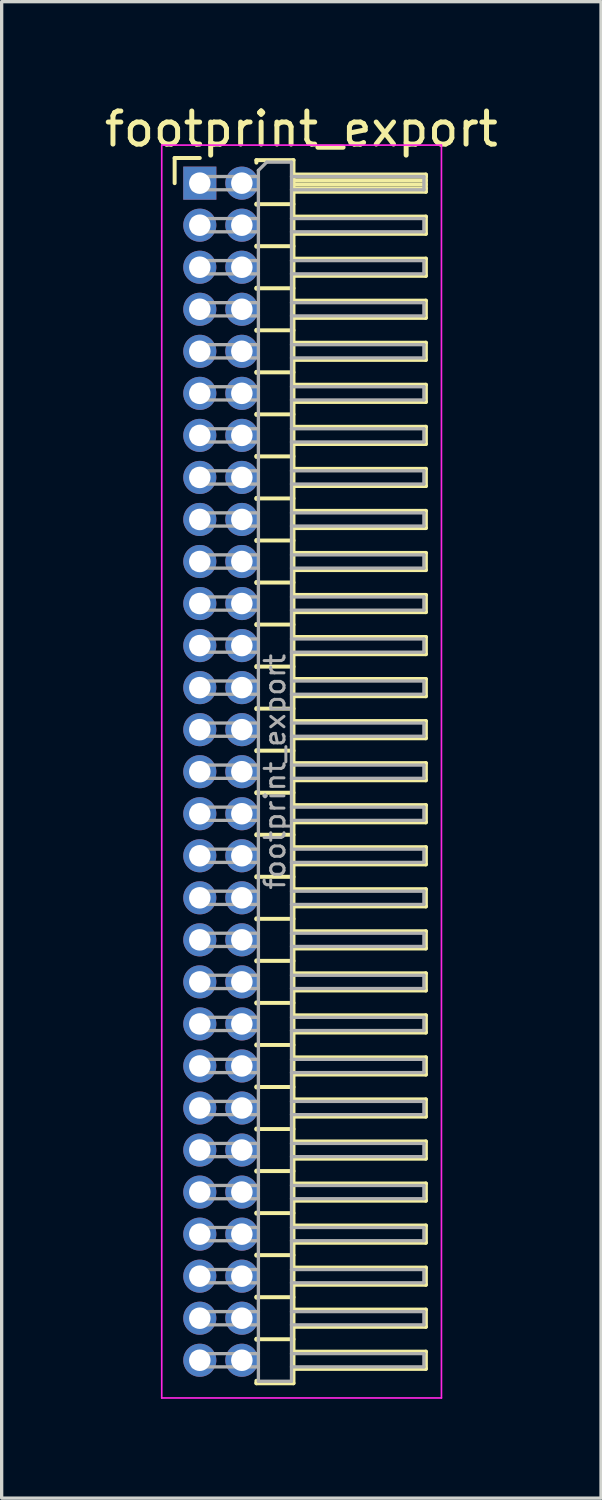
<source format=kicad_pcb>
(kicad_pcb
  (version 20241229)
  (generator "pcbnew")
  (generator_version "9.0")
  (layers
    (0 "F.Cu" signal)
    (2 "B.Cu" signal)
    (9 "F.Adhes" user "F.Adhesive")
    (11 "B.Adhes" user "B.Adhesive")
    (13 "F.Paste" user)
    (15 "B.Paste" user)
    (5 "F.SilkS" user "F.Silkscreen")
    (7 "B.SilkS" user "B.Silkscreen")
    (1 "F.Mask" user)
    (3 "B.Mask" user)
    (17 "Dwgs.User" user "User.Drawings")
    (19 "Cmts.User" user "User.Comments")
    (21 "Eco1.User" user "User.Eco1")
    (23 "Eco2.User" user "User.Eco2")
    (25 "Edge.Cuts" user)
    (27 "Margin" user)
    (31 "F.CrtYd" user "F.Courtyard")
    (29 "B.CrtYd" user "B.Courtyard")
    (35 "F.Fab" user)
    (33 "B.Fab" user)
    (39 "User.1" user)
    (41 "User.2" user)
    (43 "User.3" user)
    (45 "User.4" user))
  (footprint "footprint_export"
    (layer "F.Cu")
    (at 2.986 2.483)
    (property "Reference" "footprint_export" (at 3.067 -1.635 0) (layer "F.SilkS") (effects (font (size 1 1) (thickness 0.15))))
    (attr through_hole)
    (fp_line (start -0.76 -0.76) (end 0 -0.76) (stroke (width 0.12) (type solid)) (layer "F.SilkS"))
    (fp_line (start -0.76 0) (end -0.76 -0.76) (stroke (width 0.12) (type solid)) (layer "F.SilkS"))
    (fp_line (start 1.71 -0.695) (end 2.83 -0.695) (stroke (width 0.12) (type solid)) (layer "F.SilkS"))
    (fp_line (start 1.71 -0.62) (end 1.71 -0.695) (stroke (width 0.12) (type solid)) (layer "F.SilkS"))
    (fp_line (start 1.71 0.62) (end 1.71 0.65) (stroke (width 0.12) (type solid)) (layer "F.SilkS"))
    (fp_line (start 1.71 0.635) (end 2.83 0.635) (stroke (width 0.12) (type solid)) (layer "F.SilkS"))
    (fp_line (start 1.71 1.89) (end 1.71 1.92) (stroke (width 0.12) (type solid)) (layer "F.SilkS"))
    (fp_line (start 1.71 1.905) (end 2.83 1.905) (stroke (width 0.12) (type solid)) (layer "F.SilkS"))
    (fp_line (start 1.71 3.16) (end 1.71 3.19) (stroke (width 0.12) (type solid)) (layer "F.SilkS"))
    (fp_line (start 1.71 3.175) (end 2.83 3.175) (stroke (width 0.12) (type solid)) (layer "F.SilkS"))
    (fp_line (start 1.71 4.43) (end 1.71 4.46) (stroke (width 0.12) (type solid)) (layer "F.SilkS"))
    (fp_line (start 1.71 4.445) (end 2.83 4.445) (stroke (width 0.12) (type solid)) (layer "F.SilkS"))
    (fp_line (start 1.71 5.7) (end 1.71 5.73) (stroke (width 0.12) (type solid)) (layer "F.SilkS"))
    (fp_line (start 1.71 5.715) (end 2.83 5.715) (stroke (width 0.12) (type solid)) (layer "F.SilkS"))
    (fp_line (start 1.71 6.97) (end 1.71 7) (stroke (width 0.12) (type solid)) (layer "F.SilkS"))
    (fp_line (start 1.71 6.985) (end 2.83 6.985) (stroke (width 0.12) (type solid)) (layer "F.SilkS"))
    (fp_line (start 1.71 8.24) (end 1.71 8.27) (stroke (width 0.12) (type solid)) (layer "F.SilkS"))
    (fp_line (start 1.71 8.255) (end 2.83 8.255) (stroke (width 0.12) (type solid)) (layer "F.SilkS"))
    (fp_line (start 1.71 9.51) (end 1.71 9.54) (stroke (width 0.12) (type solid)) (layer "F.SilkS"))
    (fp_line (start 1.71 9.525) (end 2.83 9.525) (stroke (width 0.12) (type solid)) (layer "F.SilkS"))
    (fp_line (start 1.71 10.78) (end 1.71 10.81) (stroke (width 0.12) (type solid)) (layer "F.SilkS"))
    (fp_line (start 1.71 10.795) (end 2.83 10.795) (stroke (width 0.12) (type solid)) (layer "F.SilkS"))
    (fp_line (start 1.71 12.05) (end 1.71 12.08) (stroke (width 0.12) (type solid)) (layer "F.SilkS"))
    (fp_line (start 1.71 12.065) (end 2.83 12.065) (stroke (width 0.12) (type solid)) (layer "F.SilkS"))
    (fp_line (start 1.71 13.32) (end 1.71 13.35) (stroke (width 0.12) (type solid)) (layer "F.SilkS"))
    (fp_line (start 1.71 13.335) (end 2.83 13.335) (stroke (width 0.12) (type solid)) (layer "F.SilkS"))
    (fp_line (start 1.71 14.59) (end 1.71 14.62) (stroke (width 0.12) (type solid)) (layer "F.SilkS"))
    (fp_line (start 1.71 14.605) (end 2.83 14.605) (stroke (width 0.12) (type solid)) (layer "F.SilkS"))
    (fp_line (start 1.71 15.86) (end 1.71 15.89) (stroke (width 0.12) (type solid)) (layer "F.SilkS"))
    (fp_line (start 1.71 15.875) (end 2.83 15.875) (stroke (width 0.12) (type solid)) (layer "F.SilkS"))
    (fp_line (start 1.71 17.13) (end 1.71 17.16) (stroke (width 0.12) (type solid)) (layer "F.SilkS"))
    (fp_line (start 1.71 17.145) (end 2.83 17.145) (stroke (width 0.12) (type solid)) (layer "F.SilkS"))
    (fp_line (start 1.71 18.4) (end 1.71 18.43) (stroke (width 0.12) (type solid)) (layer "F.SilkS"))
    (fp_line (start 1.71 18.415) (end 2.83 18.415) (stroke (width 0.12) (type solid)) (layer "F.SilkS"))
    (fp_line (start 1.71 19.67) (end 1.71 19.7) (stroke (width 0.12) (type solid)) (layer "F.SilkS"))
    (fp_line (start 1.71 19.685) (end 2.83 19.685) (stroke (width 0.12) (type solid)) (layer "F.SilkS"))
    (fp_line (start 1.71 20.94) (end 1.71 20.97) (stroke (width 0.12) (type solid)) (layer "F.SilkS"))
    (fp_line (start 1.71 20.955) (end 2.83 20.955) (stroke (width 0.12) (type solid)) (layer "F.SilkS"))
    (fp_line (start 1.71 22.21) (end 1.71 22.24) (stroke (width 0.12) (type solid)) (layer "F.SilkS"))
    (fp_line (start 1.71 22.225) (end 2.83 22.225) (stroke (width 0.12) (type solid)) (layer "F.SilkS"))
    (fp_line (start 1.71 23.48) (end 1.71 23.51) (stroke (width 0.12) (type solid)) (layer "F.SilkS"))
    (fp_line (start 1.71 23.495) (end 2.83 23.495) (stroke (width 0.12) (type solid)) (layer "F.SilkS"))
    (fp_line (start 1.71 24.75) (end 1.71 24.78) (stroke (width 0.12) (type solid)) (layer "F.SilkS"))
    (fp_line (start 1.71 24.765) (end 2.83 24.765) (stroke (width 0.12) (type solid)) (layer "F.SilkS"))
    (fp_line (start 1.71 26.02) (end 1.71 26.05) (stroke (width 0.12) (type solid)) (layer "F.SilkS"))
    (fp_line (start 1.71 26.035) (end 2.83 26.035) (stroke (width 0.12) (type solid)) (layer "F.SilkS"))
    (fp_line (start 1.71 27.29) (end 1.71 27.32) (stroke (width 0.12) (type solid)) (layer "F.SilkS"))
    (fp_line (start 1.71 27.305) (end 2.83 27.305) (stroke (width 0.12) (type solid)) (layer "F.SilkS"))
    (fp_line (start 1.71 28.56) (end 1.71 28.59) (stroke (width 0.12) (type solid)) (layer "F.SilkS"))
    (fp_line (start 1.71 28.575) (end 2.83 28.575) (stroke (width 0.12) (type solid)) (layer "F.SilkS"))
    (fp_line (start 1.71 29.83) (end 1.71 29.86) (stroke (width 0.12) (type solid)) (layer "F.SilkS"))
    (fp_line (start 1.71 29.845) (end 2.83 29.845) (stroke (width 0.12) (type solid)) (layer "F.SilkS"))
    (fp_line (start 1.71 31.1) (end 1.71 31.13) (stroke (width 0.12) (type solid)) (layer "F.SilkS"))
    (fp_line (start 1.71 31.115) (end 2.83 31.115) (stroke (width 0.12) (type solid)) (layer "F.SilkS"))
    (fp_line (start 1.71 32.37) (end 1.71 32.4) (stroke (width 0.12) (type solid)) (layer "F.SilkS"))
    (fp_line (start 1.71 32.385) (end 2.83 32.385) (stroke (width 0.12) (type solid)) (layer "F.SilkS"))
    (fp_line (start 1.71 33.64) (end 1.71 33.67) (stroke (width 0.12) (type solid)) (layer "F.SilkS"))
    (fp_line (start 1.71 33.655) (end 2.83 33.655) (stroke (width 0.12) (type solid)) (layer "F.SilkS"))
    (fp_line (start 1.71 34.91) (end 1.71 34.94) (stroke (width 0.12) (type solid)) (layer "F.SilkS"))
    (fp_line (start 1.71 34.925) (end 2.83 34.925) (stroke (width 0.12) (type solid)) (layer "F.SilkS"))
    (fp_line (start 1.71 36.255) (end 1.71 36.18) (stroke (width 0.12) (type solid)) (layer "F.SilkS"))
    (fp_line (start 2.83 -0.695) (end 2.83 36.255) (stroke (width 0.12) (type solid)) (layer "F.SilkS"))
    (fp_line (start 2.83 -0.26) (end 6.83 -0.26) (stroke (width 0.12) (type solid)) (layer "F.SilkS"))
    (fp_line (start 2.83 -0.2) (end 6.83 -0.2) (stroke (width 0.12) (type solid)) (layer "F.SilkS"))
    (fp_line (start 2.83 -0.08) (end 6.83 -0.08) (stroke (width 0.12) (type solid)) (layer "F.SilkS"))
    (fp_line (start 2.83 0.04) (end 6.83 0.04) (stroke (width 0.12) (type solid)) (layer "F.SilkS"))
    (fp_line (start 2.83 0.16) (end 6.83 0.16) (stroke (width 0.12) (type solid)) (layer "F.SilkS"))
    (fp_line (start 2.83 1.01) (end 6.83 1.01) (stroke (width 0.12) (type solid)) (layer "F.SilkS"))
    (fp_line (start 2.83 2.28) (end 6.83 2.28) (stroke (width 0.12) (type solid)) (layer "F.SilkS"))
    (fp_line (start 2.83 3.55) (end 6.83 3.55) (stroke (width 0.12) (type solid)) (layer "F.SilkS"))
    (fp_line (start 2.83 4.82) (end 6.83 4.82) (stroke (width 0.12) (type solid)) (layer "F.SilkS"))
    (fp_line (start 2.83 6.09) (end 6.83 6.09) (stroke (width 0.12) (type solid)) (layer "F.SilkS"))
    (fp_line (start 2.83 7.36) (end 6.83 7.36) (stroke (width 0.12) (type solid)) (layer "F.SilkS"))
    (fp_line (start 2.83 8.63) (end 6.83 8.63) (stroke (width 0.12) (type solid)) (layer "F.SilkS"))
    (fp_line (start 2.83 9.9) (end 6.83 9.9) (stroke (width 0.12) (type solid)) (layer "F.SilkS"))
    (fp_line (start 2.83 11.17) (end 6.83 11.17) (stroke (width 0.12) (type solid)) (layer "F.SilkS"))
    (fp_line (start 2.83 12.44) (end 6.83 12.44) (stroke (width 0.12) (type solid)) (layer "F.SilkS"))
    (fp_line (start 2.83 13.71) (end 6.83 13.71) (stroke (width 0.12) (type solid)) (layer "F.SilkS"))
    (fp_line (start 2.83 14.98) (end 6.83 14.98) (stroke (width 0.12) (type solid)) (layer "F.SilkS"))
    (fp_line (start 2.83 16.25) (end 6.83 16.25) (stroke (width 0.12) (type solid)) (layer "F.SilkS"))
    (fp_line (start 2.83 17.52) (end 6.83 17.52) (stroke (width 0.12) (type solid)) (layer "F.SilkS"))
    (fp_line (start 2.83 18.79) (end 6.83 18.79) (stroke (width 0.12) (type solid)) (layer "F.SilkS"))
    (fp_line (start 2.83 20.06) (end 6.83 20.06) (stroke (width 0.12) (type solid)) (layer "F.SilkS"))
    (fp_line (start 2.83 21.33) (end 6.83 21.33) (stroke (width 0.12) (type solid)) (layer "F.SilkS"))
    (fp_line (start 2.83 22.6) (end 6.83 22.6) (stroke (width 0.12) (type solid)) (layer "F.SilkS"))
    (fp_line (start 2.83 23.87) (end 6.83 23.87) (stroke (width 0.12) (type solid)) (layer "F.SilkS"))
    (fp_line (start 2.83 25.14) (end 6.83 25.14) (stroke (width 0.12) (type solid)) (layer "F.SilkS"))
    (fp_line (start 2.83 26.41) (end 6.83 26.41) (stroke (width 0.12) (type solid)) (layer "F.SilkS"))
    (fp_line (start 2.83 27.68) (end 6.83 27.68) (stroke (width 0.12) (type solid)) (layer "F.SilkS"))
    (fp_line (start 2.83 28.95) (end 6.83 28.95) (stroke (width 0.12) (type solid)) (layer "F.SilkS"))
    (fp_line (start 2.83 30.22) (end 6.83 30.22) (stroke (width 0.12) (type solid)) (layer "F.SilkS"))
    (fp_line (start 2.83 31.49) (end 6.83 31.49) (stroke (width 0.12) (type solid)) (layer "F.SilkS"))
    (fp_line (start 2.83 32.76) (end 6.83 32.76) (stroke (width 0.12) (type solid)) (layer "F.SilkS"))
    (fp_line (start 2.83 34.03) (end 6.83 34.03) (stroke (width 0.12) (type solid)) (layer "F.SilkS"))
    (fp_line (start 2.83 35.3) (end 6.83 35.3) (stroke (width 0.12) (type solid)) (layer "F.SilkS"))
    (fp_line (start 2.83 36.255) (end 1.71 36.255) (stroke (width 0.12) (type solid)) (layer "F.SilkS"))
    (fp_line (start 6.83 -0.26) (end 6.83 0.26) (stroke (width 0.12) (type solid)) (layer "F.SilkS"))
    (fp_line (start 6.83 0.26) (end 2.83 0.26) (stroke (width 0.12) (type solid)) (layer "F.SilkS"))
    (fp_line (start 6.83 1.01) (end 6.83 1.53) (stroke (width 0.12) (type solid)) (layer "F.SilkS"))
    (fp_line (start 6.83 1.53) (end 2.83 1.53) (stroke (width 0.12) (type solid)) (layer "F.SilkS"))
    (fp_line (start 6.83 2.28) (end 6.83 2.8) (stroke (width 0.12) (type solid)) (layer "F.SilkS"))
    (fp_line (start 6.83 2.8) (end 2.83 2.8) (stroke (width 0.12) (type solid)) (layer "F.SilkS"))
    (fp_line (start 6.83 3.55) (end 6.83 4.07) (stroke (width 0.12) (type solid)) (layer "F.SilkS"))
    (fp_line (start 6.83 4.07) (end 2.83 4.07) (stroke (width 0.12) (type solid)) (layer "F.SilkS"))
    (fp_line (start 6.83 4.82) (end 6.83 5.34) (stroke (width 0.12) (type solid)) (layer "F.SilkS"))
    (fp_line (start 6.83 5.34) (end 2.83 5.34) (stroke (width 0.12) (type solid)) (layer "F.SilkS"))
    (fp_line (start 6.83 6.09) (end 6.83 6.61) (stroke (width 0.12) (type solid)) (layer "F.SilkS"))
    (fp_line (start 6.83 6.61) (end 2.83 6.61) (stroke (width 0.12) (type solid)) (layer "F.SilkS"))
    (fp_line (start 6.83 7.36) (end 6.83 7.88) (stroke (width 0.12) (type solid)) (layer "F.SilkS"))
    (fp_line (start 6.83 7.88) (end 2.83 7.88) (stroke (width 0.12) (type solid)) (layer "F.SilkS"))
    (fp_line (start 6.83 8.63) (end 6.83 9.15) (stroke (width 0.12) (type solid)) (layer "F.SilkS"))
    (fp_line (start 6.83 9.15) (end 2.83 9.15) (stroke (width 0.12) (type solid)) (layer "F.SilkS"))
    (fp_line (start 6.83 9.9) (end 6.83 10.42) (stroke (width 0.12) (type solid)) (layer "F.SilkS"))
    (fp_line (start 6.83 10.42) (end 2.83 10.42) (stroke (width 0.12) (type solid)) (layer "F.SilkS"))
    (fp_line (start 6.83 11.17) (end 6.83 11.69) (stroke (width 0.12) (type solid)) (layer "F.SilkS"))
    (fp_line (start 6.83 11.69) (end 2.83 11.69) (stroke (width 0.12) (type solid)) (layer "F.SilkS"))
    (fp_line (start 6.83 12.44) (end 6.83 12.96) (stroke (width 0.12) (type solid)) (layer "F.SilkS"))
    (fp_line (start 6.83 12.96) (end 2.83 12.96) (stroke (width 0.12) (type solid)) (layer "F.SilkS"))
    (fp_line (start 6.83 13.71) (end 6.83 14.23) (stroke (width 0.12) (type solid)) (layer "F.SilkS"))
    (fp_line (start 6.83 14.23) (end 2.83 14.23) (stroke (width 0.12) (type solid)) (layer "F.SilkS"))
    (fp_line (start 6.83 14.98) (end 6.83 15.5) (stroke (width 0.12) (type solid)) (layer "F.SilkS"))
    (fp_line (start 6.83 15.5) (end 2.83 15.5) (stroke (width 0.12) (type solid)) (layer "F.SilkS"))
    (fp_line (start 6.83 16.25) (end 6.83 16.77) (stroke (width 0.12) (type solid)) (layer "F.SilkS"))
    (fp_line (start 6.83 16.77) (end 2.83 16.77) (stroke (width 0.12) (type solid)) (layer "F.SilkS"))
    (fp_line (start 6.83 17.52) (end 6.83 18.04) (stroke (width 0.12) (type solid)) (layer "F.SilkS"))
    (fp_line (start 6.83 18.04) (end 2.83 18.04) (stroke (width 0.12) (type solid)) (layer "F.SilkS"))
    (fp_line (start 6.83 18.79) (end 6.83 19.31) (stroke (width 0.12) (type solid)) (layer "F.SilkS"))
    (fp_line (start 6.83 19.31) (end 2.83 19.31) (stroke (width 0.12) (type solid)) (layer "F.SilkS"))
    (fp_line (start 6.83 20.06) (end 6.83 20.58) (stroke (width 0.12) (type solid)) (layer "F.SilkS"))
    (fp_line (start 6.83 20.58) (end 2.83 20.58) (stroke (width 0.12) (type solid)) (layer "F.SilkS"))
    (fp_line (start 6.83 21.33) (end 6.83 21.85) (stroke (width 0.12) (type solid)) (layer "F.SilkS"))
    (fp_line (start 6.83 21.85) (end 2.83 21.85) (stroke (width 0.12) (type solid)) (layer "F.SilkS"))
    (fp_line (start 6.83 22.6) (end 6.83 23.12) (stroke (width 0.12) (type solid)) (layer "F.SilkS"))
    (fp_line (start 6.83 23.12) (end 2.83 23.12) (stroke (width 0.12) (type solid)) (layer "F.SilkS"))
    (fp_line (start 6.83 23.87) (end 6.83 24.39) (stroke (width 0.12) (type solid)) (layer "F.SilkS"))
    (fp_line (start 6.83 24.39) (end 2.83 24.39) (stroke (width 0.12) (type solid)) (layer "F.SilkS"))
    (fp_line (start 6.83 25.14) (end 6.83 25.66) (stroke (width 0.12) (type solid)) (layer "F.SilkS"))
    (fp_line (start 6.83 25.66) (end 2.83 25.66) (stroke (width 0.12) (type solid)) (layer "F.SilkS"))
    (fp_line (start 6.83 26.41) (end 6.83 26.93) (stroke (width 0.12) (type solid)) (layer "F.SilkS"))
    (fp_line (start 6.83 26.93) (end 2.83 26.93) (stroke (width 0.12) (type solid)) (layer "F.SilkS"))
    (fp_line (start 6.83 27.68) (end 6.83 28.2) (stroke (width 0.12) (type solid)) (layer "F.SilkS"))
    (fp_line (start 6.83 28.2) (end 2.83 28.2) (stroke (width 0.12) (type solid)) (layer "F.SilkS"))
    (fp_line (start 6.83 28.95) (end 6.83 29.47) (stroke (width 0.12) (type solid)) (layer "F.SilkS"))
    (fp_line (start 6.83 29.47) (end 2.83 29.47) (stroke (width 0.12) (type solid)) (layer "F.SilkS"))
    (fp_line (start 6.83 30.22) (end 6.83 30.74) (stroke (width 0.12) (type solid)) (layer "F.SilkS"))
    (fp_line (start 6.83 30.74) (end 2.83 30.74) (stroke (width 0.12) (type solid)) (layer "F.SilkS"))
    (fp_line (start 6.83 31.49) (end 6.83 32.01) (stroke (width 0.12) (type solid)) (layer "F.SilkS"))
    (fp_line (start 6.83 32.01) (end 2.83 32.01) (stroke (width 0.12) (type solid)) (layer "F.SilkS"))
    (fp_line (start 6.83 32.76) (end 6.83 33.28) (stroke (width 0.12) (type solid)) (layer "F.SilkS"))
    (fp_line (start 6.83 33.28) (end 2.83 33.28) (stroke (width 0.12) (type solid)) (layer "F.SilkS"))
    (fp_line (start 6.83 34.03) (end 6.83 34.55) (stroke (width 0.12) (type solid)) (layer "F.SilkS"))
    (fp_line (start 6.83 34.55) (end 2.83 34.55) (stroke (width 0.12) (type solid)) (layer "F.SilkS"))
    (fp_line (start 6.83 35.3) (end 6.83 35.82) (stroke (width 0.12) (type solid)) (layer "F.SilkS"))
    (fp_line (start 6.83 35.82) (end 2.83 35.82) (stroke (width 0.12) (type solid)) (layer "F.SilkS"))
    (fp_line (start -1.15 -1.15) (end -1.15 36.7) (stroke (width 0.05) (type solid)) (layer "F.CrtYd"))
    (fp_line (start -1.15 36.7) (end 7.3 36.7) (stroke (width 0.05) (type solid)) (layer "F.CrtYd"))
    (fp_line (start 7.3 -1.15) (end -1.15 -1.15) (stroke (width 0.05) (type solid)) (layer "F.CrtYd"))
    (fp_line (start 7.3 36.7) (end 7.3 -1.15) (stroke (width 0.05) (type solid)) (layer "F.CrtYd"))
    (fp_line (start -0.2 -0.2) (end -0.2 0.2) (stroke (width 0.1) (type solid)) (layer "F.Fab"))
    (fp_line (start -0.2 -0.2) (end 1.77 -0.2) (stroke (width 0.1) (type solid)) (layer "F.Fab"))
    (fp_line (start -0.2 0.2) (end 1.77 0.2) (stroke (width 0.1) (type solid)) (layer "F.Fab"))
    (fp_line (start -0.2 1.07) (end -0.2 1.47) (stroke (width 0.1) (type solid)) (layer "F.Fab"))
    (fp_line (start -0.2 1.07) (end 1.77 1.07) (stroke (width 0.1) (type solid)) (layer "F.Fab"))
    (fp_line (start -0.2 1.47) (end 1.77 1.47) (stroke (width 0.1) (type solid)) (layer "F.Fab"))
    (fp_line (start -0.2 2.34) (end -0.2 2.74) (stroke (width 0.1) (type solid)) (layer "F.Fab"))
    (fp_line (start -0.2 2.34) (end 1.77 2.34) (stroke (width 0.1) (type solid)) (layer "F.Fab"))
    (fp_line (start -0.2 2.74) (end 1.77 2.74) (stroke (width 0.1) (type solid)) (layer "F.Fab"))
    (fp_line (start -0.2 3.61) (end -0.2 4.01) (stroke (width 0.1) (type solid)) (layer "F.Fab"))
    (fp_line (start -0.2 3.61) (end 1.77 3.61) (stroke (width 0.1) (type solid)) (layer "F.Fab"))
    (fp_line (start -0.2 4.01) (end 1.77 4.01) (stroke (width 0.1) (type solid)) (layer "F.Fab"))
    (fp_line (start -0.2 4.88) (end -0.2 5.28) (stroke (width 0.1) (type solid)) (layer "F.Fab"))
    (fp_line (start -0.2 4.88) (end 1.77 4.88) (stroke (width 0.1) (type solid)) (layer "F.Fab"))
    (fp_line (start -0.2 5.28) (end 1.77 5.28) (stroke (width 0.1) (type solid)) (layer "F.Fab"))
    (fp_line (start -0.2 6.15) (end -0.2 6.55) (stroke (width 0.1) (type solid)) (layer "F.Fab"))
    (fp_line (start -0.2 6.15) (end 1.77 6.15) (stroke (width 0.1) (type solid)) (layer "F.Fab"))
    (fp_line (start -0.2 6.55) (end 1.77 6.55) (stroke (width 0.1) (type solid)) (layer "F.Fab"))
    (fp_line (start -0.2 7.42) (end -0.2 7.82) (stroke (width 0.1) (type solid)) (layer "F.Fab"))
    (fp_line (start -0.2 7.42) (end 1.77 7.42) (stroke (width 0.1) (type solid)) (layer "F.Fab"))
    (fp_line (start -0.2 7.82) (end 1.77 7.82) (stroke (width 0.1) (type solid)) (layer "F.Fab"))
    (fp_line (start -0.2 8.69) (end -0.2 9.09) (stroke (width 0.1) (type solid)) (layer "F.Fab"))
    (fp_line (start -0.2 8.69) (end 1.77 8.69) (stroke (width 0.1) (type solid)) (layer "F.Fab"))
    (fp_line (start -0.2 9.09) (end 1.77 9.09) (stroke (width 0.1) (type solid)) (layer "F.Fab"))
    (fp_line (start -0.2 9.96) (end -0.2 10.36) (stroke (width 0.1) (type solid)) (layer "F.Fab"))
    (fp_line (start -0.2 9.96) (end 1.77 9.96) (stroke (width 0.1) (type solid)) (layer "F.Fab"))
    (fp_line (start -0.2 10.36) (end 1.77 10.36) (stroke (width 0.1) (type solid)) (layer "F.Fab"))
    (fp_line (start -0.2 11.23) (end -0.2 11.63) (stroke (width 0.1) (type solid)) (layer "F.Fab"))
    (fp_line (start -0.2 11.23) (end 1.77 11.23) (stroke (width 0.1) (type solid)) (layer "F.Fab"))
    (fp_line (start -0.2 11.63) (end 1.77 11.63) (stroke (width 0.1) (type solid)) (layer "F.Fab"))
    (fp_line (start -0.2 12.5) (end -0.2 12.9) (stroke (width 0.1) (type solid)) (layer "F.Fab"))
    (fp_line (start -0.2 12.5) (end 1.77 12.5) (stroke (width 0.1) (type solid)) (layer "F.Fab"))
    (fp_line (start -0.2 12.9) (end 1.77 12.9) (stroke (width 0.1) (type solid)) (layer "F.Fab"))
    (fp_line (start -0.2 13.77) (end -0.2 14.17) (stroke (width 0.1) (type solid)) (layer "F.Fab"))
    (fp_line (start -0.2 13.77) (end 1.77 13.77) (stroke (width 0.1) (type solid)) (layer "F.Fab"))
    (fp_line (start -0.2 14.17) (end 1.77 14.17) (stroke (width 0.1) (type solid)) (layer "F.Fab"))
    (fp_line (start -0.2 15.04) (end -0.2 15.44) (stroke (width 0.1) (type solid)) (layer "F.Fab"))
    (fp_line (start -0.2 15.04) (end 1.77 15.04) (stroke (width 0.1) (type solid)) (layer "F.Fab"))
    (fp_line (start -0.2 15.44) (end 1.77 15.44) (stroke (width 0.1) (type solid)) (layer "F.Fab"))
    (fp_line (start -0.2 16.31) (end -0.2 16.71) (stroke (width 0.1) (type solid)) (layer "F.Fab"))
    (fp_line (start -0.2 16.31) (end 1.77 16.31) (stroke (width 0.1) (type solid)) (layer "F.Fab"))
    (fp_line (start -0.2 16.71) (end 1.77 16.71) (stroke (width 0.1) (type solid)) (layer "F.Fab"))
    (fp_line (start -0.2 17.58) (end -0.2 17.98) (stroke (width 0.1) (type solid)) (layer "F.Fab"))
    (fp_line (start -0.2 17.58) (end 1.77 17.58) (stroke (width 0.1) (type solid)) (layer "F.Fab"))
    (fp_line (start -0.2 17.98) (end 1.77 17.98) (stroke (width 0.1) (type solid)) (layer "F.Fab"))
    (fp_line (start -0.2 18.85) (end -0.2 19.25) (stroke (width 0.1) (type solid)) (layer "F.Fab"))
    (fp_line (start -0.2 18.85) (end 1.77 18.85) (stroke (width 0.1) (type solid)) (layer "F.Fab"))
    (fp_line (start -0.2 19.25) (end 1.77 19.25) (stroke (width 0.1) (type solid)) (layer "F.Fab"))
    (fp_line (start -0.2 20.12) (end -0.2 20.52) (stroke (width 0.1) (type solid)) (layer "F.Fab"))
    (fp_line (start -0.2 20.12) (end 1.77 20.12) (stroke (width 0.1) (type solid)) (layer "F.Fab"))
    (fp_line (start -0.2 20.52) (end 1.77 20.52) (stroke (width 0.1) (type solid)) (layer "F.Fab"))
    (fp_line (start -0.2 21.39) (end -0.2 21.79) (stroke (width 0.1) (type solid)) (layer "F.Fab"))
    (fp_line (start -0.2 21.39) (end 1.77 21.39) (stroke (width 0.1) (type solid)) (layer "F.Fab"))
    (fp_line (start -0.2 21.79) (end 1.77 21.79) (stroke (width 0.1) (type solid)) (layer "F.Fab"))
    (fp_line (start -0.2 22.66) (end -0.2 23.06) (stroke (width 0.1) (type solid)) (layer "F.Fab"))
    (fp_line (start -0.2 22.66) (end 1.77 22.66) (stroke (width 0.1) (type solid)) (layer "F.Fab"))
    (fp_line (start -0.2 23.06) (end 1.77 23.06) (stroke (width 0.1) (type solid)) (layer "F.Fab"))
    (fp_line (start -0.2 23.93) (end -0.2 24.33) (stroke (width 0.1) (type solid)) (layer "F.Fab"))
    (fp_line (start -0.2 23.93) (end 1.77 23.93) (stroke (width 0.1) (type solid)) (layer "F.Fab"))
    (fp_line (start -0.2 24.33) (end 1.77 24.33) (stroke (width 0.1) (type solid)) (layer "F.Fab"))
    (fp_line (start -0.2 25.2) (end -0.2 25.6) (stroke (width 0.1) (type solid)) (layer "F.Fab"))
    (fp_line (start -0.2 25.2) (end 1.77 25.2) (stroke (width 0.1) (type solid)) (layer "F.Fab"))
    (fp_line (start -0.2 25.6) (end 1.77 25.6) (stroke (width 0.1) (type solid)) (layer "F.Fab"))
    (fp_line (start -0.2 26.47) (end -0.2 26.87) (stroke (width 0.1) (type solid)) (layer "F.Fab"))
    (fp_line (start -0.2 26.47) (end 1.77 26.47) (stroke (width 0.1) (type solid)) (layer "F.Fab"))
    (fp_line (start -0.2 26.87) (end 1.77 26.87) (stroke (width 0.1) (type solid)) (layer "F.Fab"))
    (fp_line (start -0.2 27.74) (end -0.2 28.14) (stroke (width 0.1) (type solid)) (layer "F.Fab"))
    (fp_line (start -0.2 27.74) (end 1.77 27.74) (stroke (width 0.1) (type solid)) (layer "F.Fab"))
    (fp_line (start -0.2 28.14) (end 1.77 28.14) (stroke (width 0.1) (type solid)) (layer "F.Fab"))
    (fp_line (start -0.2 29.01) (end -0.2 29.41) (stroke (width 0.1) (type solid)) (layer "F.Fab"))
    (fp_line (start -0.2 29.01) (end 1.77 29.01) (stroke (width 0.1) (type solid)) (layer "F.Fab"))
    (fp_line (start -0.2 29.41) (end 1.77 29.41) (stroke (width 0.1) (type solid)) (layer "F.Fab"))
    (fp_line (start -0.2 30.28) (end -0.2 30.68) (stroke (width 0.1) (type solid)) (layer "F.Fab"))
    (fp_line (start -0.2 30.28) (end 1.77 30.28) (stroke (width 0.1) (type solid)) (layer "F.Fab"))
    (fp_line (start -0.2 30.68) (end 1.77 30.68) (stroke (width 0.1) (type solid)) (layer "F.Fab"))
    (fp_line (start -0.2 31.55) (end -0.2 31.95) (stroke (width 0.1) (type solid)) (layer "F.Fab"))
    (fp_line (start -0.2 31.55) (end 1.77 31.55) (stroke (width 0.1) (type solid)) (layer "F.Fab"))
    (fp_line (start -0.2 31.95) (end 1.77 31.95) (stroke (width 0.1) (type solid)) (layer "F.Fab"))
    (fp_line (start -0.2 32.82) (end -0.2 33.22) (stroke (width 0.1) (type solid)) (layer "F.Fab"))
    (fp_line (start -0.2 32.82) (end 1.77 32.82) (stroke (width 0.1) (type solid)) (layer "F.Fab"))
    (fp_line (start -0.2 33.22) (end 1.77 33.22) (stroke (width 0.1) (type solid)) (layer "F.Fab"))
    (fp_line (start -0.2 34.09) (end -0.2 34.49) (stroke (width 0.1) (type solid)) (layer "F.Fab"))
    (fp_line (start -0.2 34.09) (end 1.77 34.09) (stroke (width 0.1) (type solid)) (layer "F.Fab"))
    (fp_line (start -0.2 34.49) (end 1.77 34.49) (stroke (width 0.1) (type solid)) (layer "F.Fab"))
    (fp_line (start -0.2 35.36) (end -0.2 35.76) (stroke (width 0.1) (type solid)) (layer "F.Fab"))
    (fp_line (start -0.2 35.36) (end 1.77 35.36) (stroke (width 0.1) (type solid)) (layer "F.Fab"))
    (fp_line (start -0.2 35.76) (end 1.77 35.76) (stroke (width 0.1) (type solid)) (layer "F.Fab"))
    (fp_line (start 1.77 -0.385) (end 2.02 -0.635) (stroke (width 0.1) (type solid)) (layer "F.Fab"))
    (fp_line (start 1.77 36.195) (end 1.77 -0.385) (stroke (width 0.1) (type solid)) (layer "F.Fab"))
    (fp_line (start 2.02 -0.635) (end 2.77 -0.635) (stroke (width 0.1) (type solid)) (layer "F.Fab"))
    (fp_line (start 2.77 -0.635) (end 2.77 36.195) (stroke (width 0.1) (type solid)) (layer "F.Fab"))
    (fp_line (start 2.77 -0.2) (end 6.77 -0.2) (stroke (width 0.1) (type solid)) (layer "F.Fab"))
    (fp_line (start 2.77 0.2) (end 6.77 0.2) (stroke (width 0.1) (type solid)) (layer "F.Fab"))
    (fp_line (start 2.77 1.07) (end 6.77 1.07) (stroke (width 0.1) (type solid)) (layer "F.Fab"))
    (fp_line (start 2.77 1.47) (end 6.77 1.47) (stroke (width 0.1) (type solid)) (layer "F.Fab"))
    (fp_line (start 2.77 2.34) (end 6.77 2.34) (stroke (width 0.1) (type solid)) (layer "F.Fab"))
    (fp_line (start 2.77 2.74) (end 6.77 2.74) (stroke (width 0.1) (type solid)) (layer "F.Fab"))
    (fp_line (start 2.77 3.61) (end 6.77 3.61) (stroke (width 0.1) (type solid)) (layer "F.Fab"))
    (fp_line (start 2.77 4.01) (end 6.77 4.01) (stroke (width 0.1) (type solid)) (layer "F.Fab"))
    (fp_line (start 2.77 4.88) (end 6.77 4.88) (stroke (width 0.1) (type solid)) (layer "F.Fab"))
    (fp_line (start 2.77 5.28) (end 6.77 5.28) (stroke (width 0.1) (type solid)) (layer "F.Fab"))
    (fp_line (start 2.77 6.15) (end 6.77 6.15) (stroke (width 0.1) (type solid)) (layer "F.Fab"))
    (fp_line (start 2.77 6.55) (end 6.77 6.55) (stroke (width 0.1) (type solid)) (layer "F.Fab"))
    (fp_line (start 2.77 7.42) (end 6.77 7.42) (stroke (width 0.1) (type solid)) (layer "F.Fab"))
    (fp_line (start 2.77 7.82) (end 6.77 7.82) (stroke (width 0.1) (type solid)) (layer "F.Fab"))
    (fp_line (start 2.77 8.69) (end 6.77 8.69) (stroke (width 0.1) (type solid)) (layer "F.Fab"))
    (fp_line (start 2.77 9.09) (end 6.77 9.09) (stroke (width 0.1) (type solid)) (layer "F.Fab"))
    (fp_line (start 2.77 9.96) (end 6.77 9.96) (stroke (width 0.1) (type solid)) (layer "F.Fab"))
    (fp_line (start 2.77 10.36) (end 6.77 10.36) (stroke (width 0.1) (type solid)) (layer "F.Fab"))
    (fp_line (start 2.77 11.23) (end 6.77 11.23) (stroke (width 0.1) (type solid)) (layer "F.Fab"))
    (fp_line (start 2.77 11.63) (end 6.77 11.63) (stroke (width 0.1) (type solid)) (layer "F.Fab"))
    (fp_line (start 2.77 12.5) (end 6.77 12.5) (stroke (width 0.1) (type solid)) (layer "F.Fab"))
    (fp_line (start 2.77 12.9) (end 6.77 12.9) (stroke (width 0.1) (type solid)) (layer "F.Fab"))
    (fp_line (start 2.77 13.77) (end 6.77 13.77) (stroke (width 0.1) (type solid)) (layer "F.Fab"))
    (fp_line (start 2.77 14.17) (end 6.77 14.17) (stroke (width 0.1) (type solid)) (layer "F.Fab"))
    (fp_line (start 2.77 15.04) (end 6.77 15.04) (stroke (width 0.1) (type solid)) (layer "F.Fab"))
    (fp_line (start 2.77 15.44) (end 6.77 15.44) (stroke (width 0.1) (type solid)) (layer "F.Fab"))
    (fp_line (start 2.77 16.31) (end 6.77 16.31) (stroke (width 0.1) (type solid)) (layer "F.Fab"))
    (fp_line (start 2.77 16.71) (end 6.77 16.71) (stroke (width 0.1) (type solid)) (layer "F.Fab"))
    (fp_line (start 2.77 17.58) (end 6.77 17.58) (stroke (width 0.1) (type solid)) (layer "F.Fab"))
    (fp_line (start 2.77 17.98) (end 6.77 17.98) (stroke (width 0.1) (type solid)) (layer "F.Fab"))
    (fp_line (start 2.77 18.85) (end 6.77 18.85) (stroke (width 0.1) (type solid)) (layer "F.Fab"))
    (fp_line (start 2.77 19.25) (end 6.77 19.25) (stroke (width 0.1) (type solid)) (layer "F.Fab"))
    (fp_line (start 2.77 20.12) (end 6.77 20.12) (stroke (width 0.1) (type solid)) (layer "F.Fab"))
    (fp_line (start 2.77 20.52) (end 6.77 20.52) (stroke (width 0.1) (type solid)) (layer "F.Fab"))
    (fp_line (start 2.77 21.39) (end 6.77 21.39) (stroke (width 0.1) (type solid)) (layer "F.Fab"))
    (fp_line (start 2.77 21.79) (end 6.77 21.79) (stroke (width 0.1) (type solid)) (layer "F.Fab"))
    (fp_line (start 2.77 22.66) (end 6.77 22.66) (stroke (width 0.1) (type solid)) (layer "F.Fab"))
    (fp_line (start 2.77 23.06) (end 6.77 23.06) (stroke (width 0.1) (type solid)) (layer "F.Fab"))
    (fp_line (start 2.77 23.93) (end 6.77 23.93) (stroke (width 0.1) (type solid)) (layer "F.Fab"))
    (fp_line (start 2.77 24.33) (end 6.77 24.33) (stroke (width 0.1) (type solid)) (layer "F.Fab"))
    (fp_line (start 2.77 25.2) (end 6.77 25.2) (stroke (width 0.1) (type solid)) (layer "F.Fab"))
    (fp_line (start 2.77 25.6) (end 6.77 25.6) (stroke (width 0.1) (type solid)) (layer "F.Fab"))
    (fp_line (start 2.77 26.47) (end 6.77 26.47) (stroke (width 0.1) (type solid)) (layer "F.Fab"))
    (fp_line (start 2.77 26.87) (end 6.77 26.87) (stroke (width 0.1) (type solid)) (layer "F.Fab"))
    (fp_line (start 2.77 27.74) (end 6.77 27.74) (stroke (width 0.1) (type solid)) (layer "F.Fab"))
    (fp_line (start 2.77 28.14) (end 6.77 28.14) (stroke (width 0.1) (type solid)) (layer "F.Fab"))
    (fp_line (start 2.77 29.01) (end 6.77 29.01) (stroke (width 0.1) (type solid)) (layer "F.Fab"))
    (fp_line (start 2.77 29.41) (end 6.77 29.41) (stroke (width 0.1) (type solid)) (layer "F.Fab"))
    (fp_line (start 2.77 30.28) (end 6.77 30.28) (stroke (width 0.1) (type solid)) (layer "F.Fab"))
    (fp_line (start 2.77 30.68) (end 6.77 30.68) (stroke (width 0.1) (type solid)) (layer "F.Fab"))
    (fp_line (start 2.77 31.55) (end 6.77 31.55) (stroke (width 0.1) (type solid)) (layer "F.Fab"))
    (fp_line (start 2.77 31.95) (end 6.77 31.95) (stroke (width 0.1) (type solid)) (layer "F.Fab"))
    (fp_line (start 2.77 32.82) (end 6.77 32.82) (stroke (width 0.1) (type solid)) (layer "F.Fab"))
    (fp_line (start 2.77 33.22) (end 6.77 33.22) (stroke (width 0.1) (type solid)) (layer "F.Fab"))
    (fp_line (start 2.77 34.09) (end 6.77 34.09) (stroke (width 0.1) (type solid)) (layer "F.Fab"))
    (fp_line (start 2.77 34.49) (end 6.77 34.49) (stroke (width 0.1) (type solid)) (layer "F.Fab"))
    (fp_line (start 2.77 35.36) (end 6.77 35.36) (stroke (width 0.1) (type solid)) (layer "F.Fab"))
    (fp_line (start 2.77 35.76) (end 6.77 35.76) (stroke (width 0.1) (type solid)) (layer "F.Fab"))
    (fp_line (start 2.77 36.195) (end 1.77 36.195) (stroke (width 0.1) (type solid)) (layer "F.Fab"))
    (fp_line (start 6.77 -0.2) (end 6.77 0.2) (stroke (width 0.1) (type solid)) (layer "F.Fab"))
    (fp_line (start 6.77 1.07) (end 6.77 1.47) (stroke (width 0.1) (type solid)) (layer "F.Fab"))
    (fp_line (start 6.77 2.34) (end 6.77 2.74) (stroke (width 0.1) (type solid)) (layer "F.Fab"))
    (fp_line (start 6.77 3.61) (end 6.77 4.01) (stroke (width 0.1) (type solid)) (layer "F.Fab"))
    (fp_line (start 6.77 4.88) (end 6.77 5.28) (stroke (width 0.1) (type solid)) (layer "F.Fab"))
    (fp_line (start 6.77 6.15) (end 6.77 6.55) (stroke (width 0.1) (type solid)) (layer "F.Fab"))
    (fp_line (start 6.77 7.42) (end 6.77 7.82) (stroke (width 0.1) (type solid)) (layer "F.Fab"))
    (fp_line (start 6.77 8.69) (end 6.77 9.09) (stroke (width 0.1) (type solid)) (layer "F.Fab"))
    (fp_line (start 6.77 9.96) (end 6.77 10.36) (stroke (width 0.1) (type solid)) (layer "F.Fab"))
    (fp_line (start 6.77 11.23) (end 6.77 11.63) (stroke (width 0.1) (type solid)) (layer "F.Fab"))
    (fp_line (start 6.77 12.5) (end 6.77 12.9) (stroke (width 0.1) (type solid)) (layer "F.Fab"))
    (fp_line (start 6.77 13.77) (end 6.77 14.17) (stroke (width 0.1) (type solid)) (layer "F.Fab"))
    (fp_line (start 6.77 15.04) (end 6.77 15.44) (stroke (width 0.1) (type solid)) (layer "F.Fab"))
    (fp_line (start 6.77 16.31) (end 6.77 16.71) (stroke (width 0.1) (type solid)) (layer "F.Fab"))
    (fp_line (start 6.77 17.58) (end 6.77 17.98) (stroke (width 0.1) (type solid)) (layer "F.Fab"))
    (fp_line (start 6.77 18.85) (end 6.77 19.25) (stroke (width 0.1) (type solid)) (layer "F.Fab"))
    (fp_line (start 6.77 20.12) (end 6.77 20.52) (stroke (width 0.1) (type solid)) (layer "F.Fab"))
    (fp_line (start 6.77 21.39) (end 6.77 21.79) (stroke (width 0.1) (type solid)) (layer "F.Fab"))
    (fp_line (start 6.77 22.66) (end 6.77 23.06) (stroke (width 0.1) (type solid)) (layer "F.Fab"))
    (fp_line (start 6.77 23.93) (end 6.77 24.33) (stroke (width 0.1) (type solid)) (layer "F.Fab"))
    (fp_line (start 6.77 25.2) (end 6.77 25.6) (stroke (width 0.1) (type solid)) (layer "F.Fab"))
    (fp_line (start 6.77 26.47) (end 6.77 26.87) (stroke (width 0.1) (type solid)) (layer "F.Fab"))
    (fp_line (start 6.77 27.74) (end 6.77 28.14) (stroke (width 0.1) (type solid)) (layer "F.Fab"))
    (fp_line (start 6.77 29.01) (end 6.77 29.41) (stroke (width 0.1) (type solid)) (layer "F.Fab"))
    (fp_line (start 6.77 30.28) (end 6.77 30.68) (stroke (width 0.1) (type solid)) (layer "F.Fab"))
    (fp_line (start 6.77 31.55) (end 6.77 31.95) (stroke (width 0.1) (type solid)) (layer "F.Fab"))
    (fp_line (start 6.77 32.82) (end 6.77 33.22) (stroke (width 0.1) (type solid)) (layer "F.Fab"))
    (fp_line (start 6.77 34.09) (end 6.77 34.49) (stroke (width 0.1) (type solid)) (layer "F.Fab"))
    (fp_line (start 6.77 35.36) (end 6.77 35.76) (stroke (width 0.1) (type solid)) (layer "F.Fab"))
    (fp_text user "${REFERENCE}" (at 2.27 17.78 90) (layer "F.Fab") (effects (font (size 0.6 0.6) (thickness 0.09))))
    (pad "1" thru_hole rect (at 0 0) (size 1 1) (drill 0.65) (layers "*.Cu" "*.Mask"))
    (pad "2" thru_hole oval (at 1.27 0) (size 1 1) (drill 0.65) (layers "*.Cu" "*.Mask"))
    (pad "3" thru_hole oval (at 0 1.27) (size 1 1) (drill 0.65) (layers "*.Cu" "*.Mask"))
    (pad "4" thru_hole oval (at 1.27 1.27) (size 1 1) (drill 0.65) (layers "*.Cu" "*.Mask"))
    (pad "5" thru_hole oval (at 0 2.54) (size 1 1) (drill 0.65) (layers "*.Cu" "*.Mask"))
    (pad "6" thru_hole oval (at 1.27 2.54) (size 1 1) (drill 0.65) (layers "*.Cu" "*.Mask"))
    (pad "7" thru_hole oval (at 0 3.81) (size 1 1) (drill 0.65) (layers "*.Cu" "*.Mask"))
    (pad "8" thru_hole oval (at 1.27 3.81) (size 1 1) (drill 0.65) (layers "*.Cu" "*.Mask"))
    (pad "9" thru_hole oval (at 0 5.08) (size 1 1) (drill 0.65) (layers "*.Cu" "*.Mask"))
    (pad "10" thru_hole oval (at 1.27 5.08) (size 1 1) (drill 0.65) (layers "*.Cu" "*.Mask"))
    (pad "11" thru_hole oval (at 0 6.35) (size 1 1) (drill 0.65) (layers "*.Cu" "*.Mask"))
    (pad "12" thru_hole oval (at 1.27 6.35) (size 1 1) (drill 0.65) (layers "*.Cu" "*.Mask"))
    (pad "13" thru_hole oval (at 0 7.62) (size 1 1) (drill 0.65) (layers "*.Cu" "*.Mask"))
    (pad "14" thru_hole oval (at 1.27 7.62) (size 1 1) (drill 0.65) (layers "*.Cu" "*.Mask"))
    (pad "15" thru_hole oval (at 0 8.89) (size 1 1) (drill 0.65) (layers "*.Cu" "*.Mask"))
    (pad "16" thru_hole oval (at 1.27 8.89) (size 1 1) (drill 0.65) (layers "*.Cu" "*.Mask"))
    (pad "17" thru_hole oval (at 0 10.16) (size 1 1) (drill 0.65) (layers "*.Cu" "*.Mask"))
    (pad "18" thru_hole oval (at 1.27 10.16) (size 1 1) (drill 0.65) (layers "*.Cu" "*.Mask"))
    (pad "19" thru_hole oval (at 0 11.43) (size 1 1) (drill 0.65) (layers "*.Cu" "*.Mask"))
    (pad "20" thru_hole oval (at 1.27 11.43) (size 1 1) (drill 0.65) (layers "*.Cu" "*.Mask"))
    (pad "21" thru_hole oval (at 0 12.7) (size 1 1) (drill 0.65) (layers "*.Cu" "*.Mask"))
    (pad "22" thru_hole oval (at 1.27 12.7) (size 1 1) (drill 0.65) (layers "*.Cu" "*.Mask"))
    (pad "23" thru_hole oval (at 0 13.97) (size 1 1) (drill 0.65) (layers "*.Cu" "*.Mask"))
    (pad "24" thru_hole oval (at 1.27 13.97) (size 1 1) (drill 0.65) (layers "*.Cu" "*.Mask"))
    (pad "25" thru_hole oval (at 0 15.24) (size 1 1) (drill 0.65) (layers "*.Cu" "*.Mask"))
    (pad "26" thru_hole oval (at 1.27 15.24) (size 1 1) (drill 0.65) (layers "*.Cu" "*.Mask"))
    (pad "27" thru_hole oval (at 0 16.51) (size 1 1) (drill 0.65) (layers "*.Cu" "*.Mask"))
    (pad "28" thru_hole oval (at 1.27 16.51) (size 1 1) (drill 0.65) (layers "*.Cu" "*.Mask"))
    (pad "29" thru_hole oval (at 0 17.78) (size 1 1) (drill 0.65) (layers "*.Cu" "*.Mask"))
    (pad "30" thru_hole oval (at 1.27 17.78) (size 1 1) (drill 0.65) (layers "*.Cu" "*.Mask"))
    (pad "31" thru_hole oval (at 0 19.05) (size 1 1) (drill 0.65) (layers "*.Cu" "*.Mask"))
    (pad "32" thru_hole oval (at 1.27 19.05) (size 1 1) (drill 0.65) (layers "*.Cu" "*.Mask"))
    (pad "33" thru_hole oval (at 0 20.32) (size 1 1) (drill 0.65) (layers "*.Cu" "*.Mask"))
    (pad "34" thru_hole oval (at 1.27 20.32) (size 1 1) (drill 0.65) (layers "*.Cu" "*.Mask"))
    (pad "35" thru_hole oval (at 0 21.59) (size 1 1) (drill 0.65) (layers "*.Cu" "*.Mask"))
    (pad "36" thru_hole oval (at 1.27 21.59) (size 1 1) (drill 0.65) (layers "*.Cu" "*.Mask"))
    (pad "37" thru_hole oval (at 0 22.86) (size 1 1) (drill 0.65) (layers "*.Cu" "*.Mask"))
    (pad "38" thru_hole oval (at 1.27 22.86) (size 1 1) (drill 0.65) (layers "*.Cu" "*.Mask"))
    (pad "39" thru_hole oval (at 0 24.13) (size 1 1) (drill 0.65) (layers "*.Cu" "*.Mask"))
    (pad "40" thru_hole oval (at 1.27 24.13) (size 1 1) (drill 0.65) (layers "*.Cu" "*.Mask"))
    (pad "41" thru_hole oval (at 0 25.4) (size 1 1) (drill 0.65) (layers "*.Cu" "*.Mask"))
    (pad "42" thru_hole oval (at 1.27 25.4) (size 1 1) (drill 0.65) (layers "*.Cu" "*.Mask"))
    (pad "43" thru_hole oval (at 0 26.67) (size 1 1) (drill 0.65) (layers "*.Cu" "*.Mask"))
    (pad "44" thru_hole oval (at 1.27 26.67) (size 1 1) (drill 0.65) (layers "*.Cu" "*.Mask"))
    (pad "45" thru_hole oval (at 0 27.94) (size 1 1) (drill 0.65) (layers "*.Cu" "*.Mask"))
    (pad "46" thru_hole oval (at 1.27 27.94) (size 1 1) (drill 0.65) (layers "*.Cu" "*.Mask"))
    (pad "47" thru_hole oval (at 0 29.21) (size 1 1) (drill 0.65) (layers "*.Cu" "*.Mask"))
    (pad "48" thru_hole oval (at 1.27 29.21) (size 1 1) (drill 0.65) (layers "*.Cu" "*.Mask"))
    (pad "49" thru_hole oval (at 0 30.48) (size 1 1) (drill 0.65) (layers "*.Cu" "*.Mask"))
    (pad "50" thru_hole oval (at 1.27 30.48) (size 1 1) (drill 0.65) (layers "*.Cu" "*.Mask"))
    (pad "51" thru_hole oval (at 0 31.75) (size 1 1) (drill 0.65) (layers "*.Cu" "*.Mask"))
    (pad "52" thru_hole oval (at 1.27 31.75) (size 1 1) (drill 0.65) (layers "*.Cu" "*.Mask"))
    (pad "53" thru_hole oval (at 0 33.02) (size 1 1) (drill 0.65) (layers "*.Cu" "*.Mask"))
    (pad "54" thru_hole oval (at 1.27 33.02) (size 1 1) (drill 0.65) (layers "*.Cu" "*.Mask"))
    (pad "55" thru_hole oval (at 0 34.29) (size 1 1) (drill 0.65) (layers "*.Cu" "*.Mask"))
    (pad "56" thru_hole oval (at 1.27 34.29) (size 1 1) (drill 0.65) (layers "*.Cu" "*.Mask"))
    (pad "57" thru_hole oval (at 0 35.56) (size 1 1) (drill 0.65) (layers "*.Cu" "*.Mask"))
    (pad "58" thru_hole oval (at 1.27 35.56) (size 1 1) (drill 0.65) (layers "*.Cu" "*.Mask")))
  (gr_rect
    (start -3 -3)
    (end 15.107 42.208)
    (stroke (width 0.1) (type default))
    (fill no)
    (layer "Edge.Cuts")))
</source>
